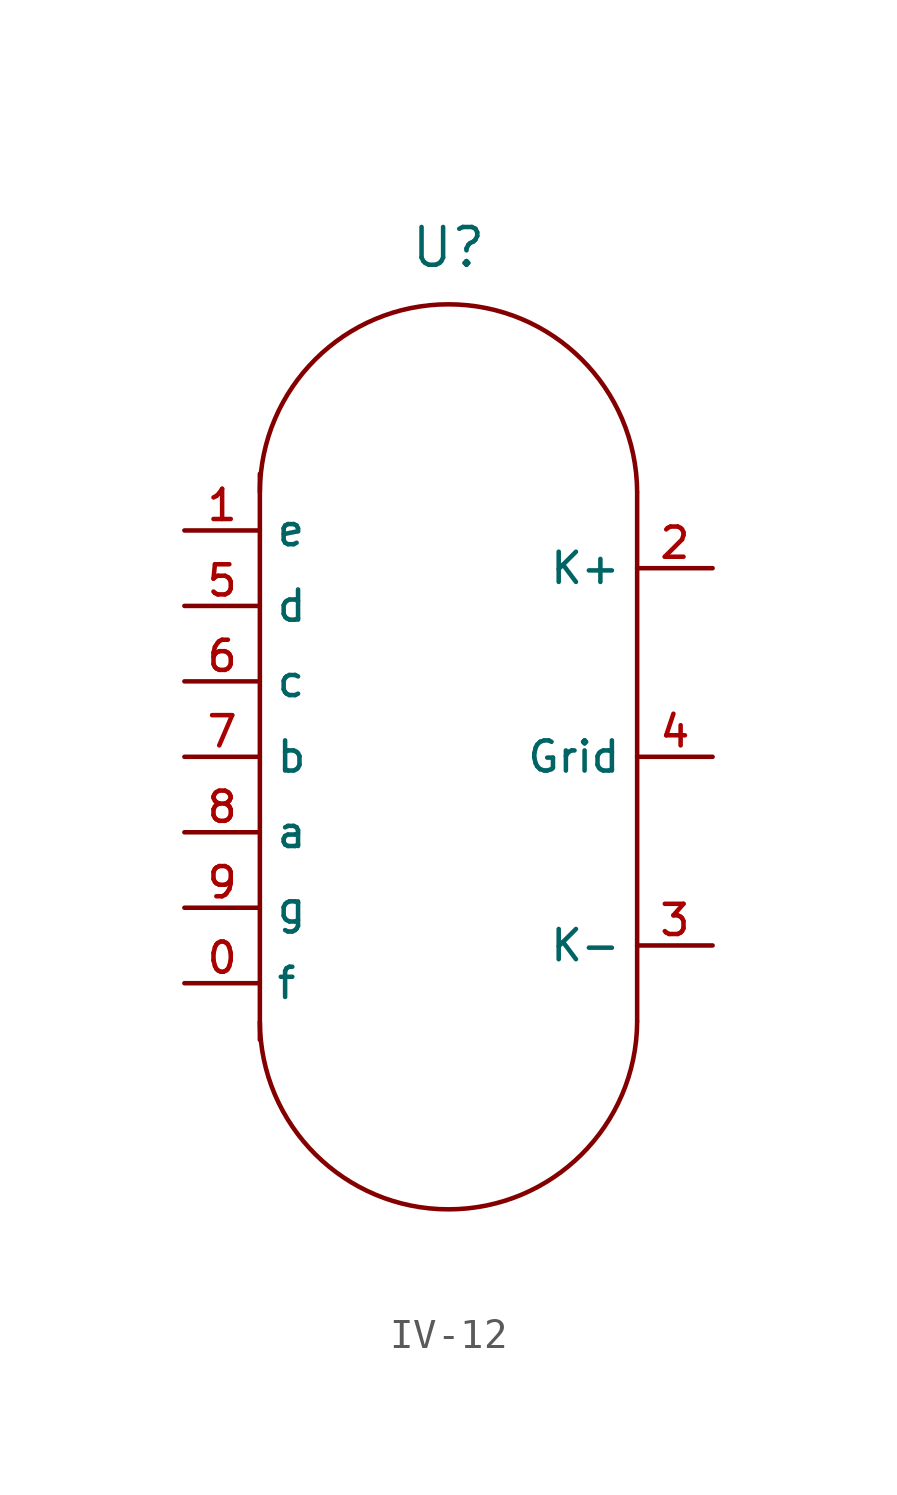
<source format=kicad_sym>
(kicad_symbol_lib
  (version 20220914)
  (generator kicad_symbol_editor)
  (symbol "IV-12"
    (property "Reference" "U"
      (at 0 17.145 0)
      (effects (font (size 1.27 1.27))))
    (property "Value" ""
      (at 0 0 0)
      (effects (font (size 1.27 1.27))))
    (symbol "IV-12_1_0"
      (polyline (pts (xy -6.35 -9.525) (xy -6.35 9.525)) (stroke (width 0) (type solid)) (fill (type background)))
      (polyline (pts (xy 6.35 -8.89) (xy 6.35 8.89)) (stroke (width 0) (type solid)) (fill (type background))))
    (symbol "IV-12_1_1"
      (arc (start -6.35 -8.9177) (mid 0 -15.2401) (end 6.35 -8.9177) (stroke (width 0) (type solid)) (fill (type none)))
      (arc (start 6.35 8.9177) (mid 0 15.2401) (end -6.35 8.9177) (stroke (width 0) (type solid)) (fill (type none)))
      (pin passive line (at -8.89 -7.62 0) (length 2.54) (name "f" (effects (font (size 1.016 1.016)))) (number "0" (effects (font (size 1.016 1.016)))))
      (pin passive line (at -8.89 7.62 0) (length 2.54) (name "e" (effects (font (size 1.016 1.016)))) (number "1" (effects (font (size 1.016 1.016)))))
      (pin passive line (at 8.89 6.35 180) (length 2.54) (name "K+" (effects (font (size 1.016 1.016)))) (number "2" (effects (font (size 1.016 1.016)))))
      (pin passive line (at 8.89 -6.35 180) (length 2.54) (name "K-" (effects (font (size 1.016 1.016)))) (number "3" (effects (font (size 1.016 1.016)))))
      (pin passive line (at 8.89 0 180) (length 2.54) (name "Grid" (effects (font (size 1.016 1.016)))) (number "4" (effects (font (size 1.016 1.016)))))
      (pin passive line (at -8.89 5.08 0) (length 2.54) (name "d" (effects (font (size 1.016 1.016)))) (number "5" (effects (font (size 1.016 1.016)))))
      (pin passive line (at -8.89 2.54 0) (length 2.54) (name "c" (effects (font (size 1.016 1.016)))) (number "6" (effects (font (size 1.016 1.016)))))
      (pin passive line (at -8.89 0 0) (length 2.54) (name "b" (effects (font (size 1.016 1.016)))) (number "7" (effects (font (size 1.016 1.016)))))
      (pin passive line (at -8.89 -2.54 0) (length 2.54) (name "a" (effects (font (size 1.016 1.016)))) (number "8" (effects (font (size 1.016 1.016)))))
      (pin passive line (at -8.89 -5.08 0) (length 2.54) (name "g" (effects (font (size 1.016 1.016)))) (number "9" (effects (font (size 1.016 1.016))))))))
</source>
